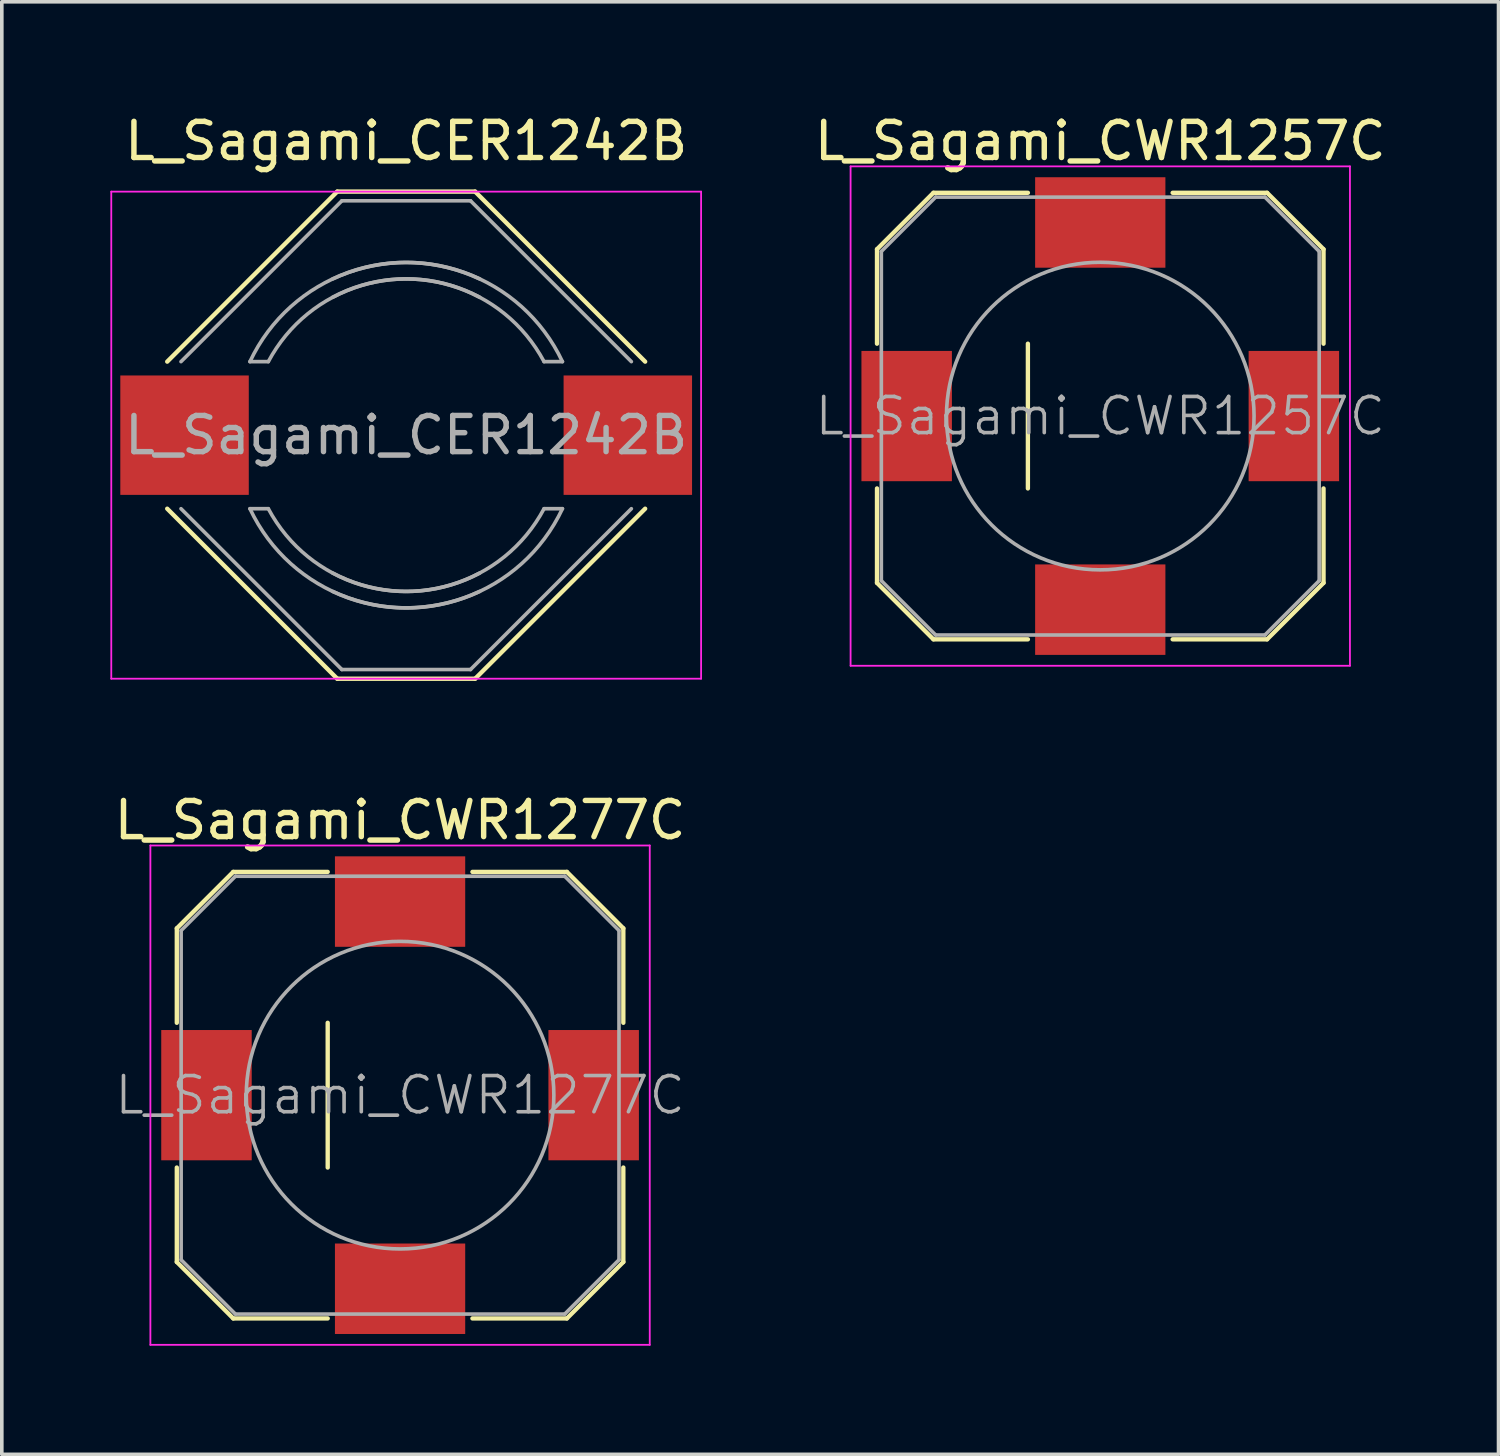
<source format=kicad_pcb>
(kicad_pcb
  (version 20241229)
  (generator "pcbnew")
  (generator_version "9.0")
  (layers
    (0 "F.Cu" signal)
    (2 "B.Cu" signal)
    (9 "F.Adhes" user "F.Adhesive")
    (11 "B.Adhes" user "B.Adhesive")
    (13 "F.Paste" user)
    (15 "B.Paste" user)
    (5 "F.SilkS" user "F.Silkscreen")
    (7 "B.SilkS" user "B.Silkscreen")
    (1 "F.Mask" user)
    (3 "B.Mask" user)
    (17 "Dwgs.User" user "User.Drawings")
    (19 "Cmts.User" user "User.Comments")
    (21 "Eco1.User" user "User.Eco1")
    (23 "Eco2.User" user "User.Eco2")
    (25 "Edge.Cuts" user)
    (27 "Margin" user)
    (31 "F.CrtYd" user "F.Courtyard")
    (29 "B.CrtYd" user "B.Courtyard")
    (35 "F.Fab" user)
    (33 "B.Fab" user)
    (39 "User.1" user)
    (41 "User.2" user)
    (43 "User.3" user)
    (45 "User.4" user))
  (footprint "L_Sagami_CER1242B"
    (layer "F.Cu")
    (at 8.175 8.976)
    (property "Reference" "L_Sagami_CER1242B" (at 0 -8.128 0) (layer "F.SilkS") (effects (font (size 1 1) (thickness 0.15))))
    (attr smd)
    (fp_line (start -6.604 -2.032) (end -1.905 -6.731) (stroke (width 0.12) (type solid)) (layer "F.SilkS"))
    (fp_line (start -6.604 2.032) (end -1.905 6.731) (stroke (width 0.12) (type solid)) (layer "F.SilkS"))
    (fp_line (start -1.905 -6.731) (end 1.905 -6.731) (stroke (width 0.12) (type solid)) (layer "F.SilkS"))
    (fp_line (start -1.905 6.731) (end 1.905 6.731) (stroke (width 0.12) (type solid)) (layer "F.SilkS"))
    (fp_line (start 1.905 -6.731) (end 6.604 -2.032) (stroke (width 0.12) (type solid)) (layer "F.SilkS"))
    (fp_line (start 1.905 6.731) (end 6.604 2.032) (stroke (width 0.12) (type solid)) (layer "F.SilkS"))
    (fp_line (start -8.15 -6.73) (end -8.15 6.73) (stroke (width 0.05) (type solid)) (layer "F.CrtYd"))
    (fp_line (start -8.15 -6.73) (end 8.15 -6.73) (stroke (width 0.05) (type solid)) (layer "F.CrtYd"))
    (fp_line (start -8.15 6.73) (end 8.15 6.73) (stroke (width 0.05) (type solid)) (layer "F.CrtYd"))
    (fp_line (start 8.15 -6.73) (end 8.15 6.73) (stroke (width 0.05) (type solid)) (layer "F.CrtYd"))
    (fp_line (start -6.223 -2.032) (end -1.778 -6.477) (stroke (width 0.1) (type solid)) (layer "F.Fab"))
    (fp_line (start -6.223 2.032) (end -1.778 6.477) (stroke (width 0.1) (type solid)) (layer "F.Fab"))
    (fp_line (start -3.81 -2.032) (end -4.318 -2.032) (stroke (width 0.1) (type solid)) (layer "F.Fab"))
    (fp_line (start -3.81 2.032) (end -4.318 2.032) (stroke (width 0.1) (type solid)) (layer "F.Fab"))
    (fp_line (start -1.778 6.477) (end 1.778 6.477) (stroke (width 0.1) (type solid)) (layer "F.Fab"))
    (fp_line (start 1.778 -6.477) (end -1.778 -6.477) (stroke (width 0.1) (type solid)) (layer "F.Fab"))
    (fp_line (start 1.778 6.477) (end 6.223 2.032) (stroke (width 0.1) (type solid)) (layer "F.Fab"))
    (fp_line (start 3.81 -2.032) (end 4.318 -2.032) (stroke (width 0.1) (type solid)) (layer "F.Fab"))
    (fp_line (start 3.81 2.032) (end 4.318 2.032) (stroke (width 0.1) (type solid)) (layer "F.Fab"))
    (fp_line (start 6.223 -2.032) (end 1.778 -6.477) (stroke (width 0.1) (type solid)) (layer "F.Fab"))
    (fp_arc (start -4.318 -2.032) (mid -1.616446 -4.490128) (end 2.032 -4.318) (stroke (width 0.1) (type solid)) (layer "F.Fab"))
    (fp_arc (start -3.81 -2.032) (mid -1.257236 -4.130918) (end 2.032 -3.81) (stroke (width 0.1) (type solid)) (layer "F.Fab"))
    (fp_arc (start -2.032 -4.318) (mid 1.616446 -4.490128) (end 4.318 -2.032) (stroke (width 0.1) (type solid)) (layer "F.Fab"))
    (fp_arc (start -2.032 -3.81) (mid 1.257236 -4.130918) (end 3.81 -2.032) (stroke (width 0.1) (type solid)) (layer "F.Fab"))
    (fp_arc (start 2.032 3.81) (mid -1.257236 4.130918) (end -3.81 2.032) (stroke (width 0.1) (type solid)) (layer "F.Fab"))
    (fp_arc (start 2.032 4.318) (mid -1.616446 4.490128) (end -4.318 2.032) (stroke (width 0.1) (type solid)) (layer "F.Fab"))
    (fp_arc (start 3.81 2.032) (mid 1.257236 4.130918) (end -2.032 3.81) (stroke (width 0.1) (type solid)) (layer "F.Fab"))
    (fp_arc (start 4.318 2.032) (mid 1.616446 4.490128) (end -2.032 4.318) (stroke (width 0.1) (type solid)) (layer "F.Fab"))
    (fp_text user "${REFERENCE}" (at 0 0 0) (layer "F.Fab") (effects (font (size 1 1) (thickness 0.15))))
    (pad "1" smd rect (at -6.125 0) (size 3.55 3.3) (layers "F.Cu" "F.Mask" "F.Paste"))
    (pad "2" smd rect (at 6.125 0) (size 3.55 3.3) (layers "F.Cu" "F.Mask" "F.Paste")))
  (footprint "L_Sagami_CWR1257C"
    (layer "F.Cu")
    (at 27.356 8.448)
    (property "Reference" "L_Sagami_CWR1257C" (at 0 -7.6 0) (layer "F.SilkS") (effects (font (size 1 1) (thickness 0.15))))
    (attr smd)
    (fp_line (start -6.17 -4.61) (end -6.17 -2) (stroke (width 0.12) (type solid)) (layer "F.SilkS"))
    (fp_line (start -6.17 2) (end -6.17 4.61) (stroke (width 0.12) (type solid)) (layer "F.SilkS"))
    (fp_line (start -4.61 -6.17) (end -6.17 -4.61) (stroke (width 0.12) (type solid)) (layer "F.SilkS"))
    (fp_line (start -4.61 -6.17) (end -2 -6.17) (stroke (width 0.12) (type solid)) (layer "F.SilkS"))
    (fp_line (start -4.61 6.17) (end -6.17 4.61) (stroke (width 0.12) (type solid)) (layer "F.SilkS"))
    (fp_line (start -4.61 6.17) (end -2 6.17) (stroke (width 0.12) (type solid)) (layer "F.SilkS"))
    (fp_line (start -2 -2) (end -2 2) (stroke (width 0.12) (type solid)) (layer "F.SilkS"))
    (fp_line (start 2 6.17) (end 4.61 6.17) (stroke (width 0.12) (type solid)) (layer "F.SilkS"))
    (fp_line (start 4.61 -6.17) (end 2 -6.17) (stroke (width 0.12) (type solid)) (layer "F.SilkS"))
    (fp_line (start 4.61 -6.17) (end 6.17 -4.61) (stroke (width 0.12) (type solid)) (layer "F.SilkS"))
    (fp_line (start 4.61 6.17) (end 6.17 4.61) (stroke (width 0.12) (type solid)) (layer "F.SilkS"))
    (fp_line (start 6.17 -2) (end 6.17 -4.61) (stroke (width 0.12) (type solid)) (layer "F.SilkS"))
    (fp_line (start 6.17 4.61) (end 6.17 2) (stroke (width 0.12) (type solid)) (layer "F.SilkS"))
    (fp_line (start -6.9 -6.9) (end -6.9 6.9) (stroke (width 0.05) (type solid)) (layer "F.CrtYd"))
    (fp_line (start -6.9 -6.9) (end 6.9 -6.9) (stroke (width 0.05) (type solid)) (layer "F.CrtYd"))
    (fp_line (start -6.9 6.9) (end 6.9 6.9) (stroke (width 0.05) (type solid)) (layer "F.CrtYd"))
    (fp_line (start 6.9 -6.9) (end 6.9 6.9) (stroke (width 0.05) (type solid)) (layer "F.CrtYd"))
    (fp_line (start -6.05 -4.55) (end -4.55 -6.05) (stroke (width 0.1) (type solid)) (layer "F.Fab"))
    (fp_line (start -6.05 4.55) (end -6.05 -4.55) (stroke (width 0.1) (type solid)) (layer "F.Fab"))
    (fp_line (start -6.05 4.55) (end -4.55 6.05) (stroke (width 0.1) (type solid)) (layer "F.Fab"))
    (fp_line (start -4.55 -6.05) (end 4.55 -6.05) (stroke (width 0.1) (type solid)) (layer "F.Fab"))
    (fp_line (start 4.55 -6.05) (end 6.05 -4.55) (stroke (width 0.1) (type solid)) (layer "F.Fab"))
    (fp_line (start 4.55 6.05) (end -4.55 6.05) (stroke (width 0.1) (type solid)) (layer "F.Fab"))
    (fp_line (start 4.55 6.05) (end 6.05 4.55) (stroke (width 0.1) (type solid)) (layer "F.Fab"))
    (fp_line (start 6.05 -4.55) (end 6.05 4.55) (stroke (width 0.1) (type solid)) (layer "F.Fab"))
    (fp_circle (center 0 0) (end 4.25 0) (stroke (width 0.1) (type solid)) (fill no) (layer "F.Fab"))
    (fp_text user "${REFERENCE}" (at 0 0 0) (layer "F.Fab") (effects (font (size 1 1) (thickness 0.1))))
    (pad "1" smd rect (at -5.35 0) (size 2.5 3.6) (layers "F.Cu" "F.Mask" "F.Paste"))
    (pad "1" smd rect (at 0 5.35) (size 3.6 2.5) (layers "F.Cu" "F.Mask" "F.Paste"))
    (pad "2" smd rect (at 0 -5.35) (size 3.6 2.5) (layers "F.Cu" "F.Mask" "F.Paste"))
    (pad "2" smd rect (at 5.35 0) (size 2.5 3.6) (layers "F.Cu" "F.Mask" "F.Paste")))
  (footprint "L_Sagami_CWR1277C"
    (layer "F.Cu")
    (at 8.006 27.215)
    (property "Reference" "L_Sagami_CWR1277C" (at 0 -7.6 0) (layer "F.SilkS") (effects (font (size 1 1) (thickness 0.15))))
    (attr smd)
    (fp_line (start -6.17 -4.61) (end -6.17 -2) (stroke (width 0.12) (type solid)) (layer "F.SilkS"))
    (fp_line (start -6.17 2) (end -6.17 4.61) (stroke (width 0.12) (type solid)) (layer "F.SilkS"))
    (fp_line (start -4.61 -6.17) (end -6.17 -4.61) (stroke (width 0.12) (type solid)) (layer "F.SilkS"))
    (fp_line (start -4.61 -6.17) (end -2 -6.17) (stroke (width 0.12) (type solid)) (layer "F.SilkS"))
    (fp_line (start -4.61 6.17) (end -6.17 4.61) (stroke (width 0.12) (type solid)) (layer "F.SilkS"))
    (fp_line (start -4.61 6.17) (end -2 6.17) (stroke (width 0.12) (type solid)) (layer "F.SilkS"))
    (fp_line (start -2 -2) (end -2 2) (stroke (width 0.12) (type solid)) (layer "F.SilkS"))
    (fp_line (start 2 6.17) (end 4.61 6.17) (stroke (width 0.12) (type solid)) (layer "F.SilkS"))
    (fp_line (start 4.61 -6.17) (end 2 -6.17) (stroke (width 0.12) (type solid)) (layer "F.SilkS"))
    (fp_line (start 4.61 -6.17) (end 6.17 -4.61) (stroke (width 0.12) (type solid)) (layer "F.SilkS"))
    (fp_line (start 4.61 6.17) (end 6.17 4.61) (stroke (width 0.12) (type solid)) (layer "F.SilkS"))
    (fp_line (start 6.17 -2) (end 6.17 -4.61) (stroke (width 0.12) (type solid)) (layer "F.SilkS"))
    (fp_line (start 6.17 4.61) (end 6.17 2) (stroke (width 0.12) (type solid)) (layer "F.SilkS"))
    (fp_line (start -6.9 -6.9) (end -6.9 6.9) (stroke (width 0.05) (type solid)) (layer "F.CrtYd"))
    (fp_line (start -6.9 -6.9) (end 6.9 -6.9) (stroke (width 0.05) (type solid)) (layer "F.CrtYd"))
    (fp_line (start -6.9 6.9) (end 6.9 6.9) (stroke (width 0.05) (type solid)) (layer "F.CrtYd"))
    (fp_line (start 6.9 -6.9) (end 6.9 6.9) (stroke (width 0.05) (type solid)) (layer "F.CrtYd"))
    (fp_line (start -6.05 -4.55) (end -4.55 -6.05) (stroke (width 0.1) (type solid)) (layer "F.Fab"))
    (fp_line (start -6.05 4.55) (end -6.05 -4.55) (stroke (width 0.1) (type solid)) (layer "F.Fab"))
    (fp_line (start -6.05 4.55) (end -4.55 6.05) (stroke (width 0.1) (type solid)) (layer "F.Fab"))
    (fp_line (start -4.55 -6.05) (end 4.55 -6.05) (stroke (width 0.1) (type solid)) (layer "F.Fab"))
    (fp_line (start 4.55 -6.05) (end 6.05 -4.55) (stroke (width 0.1) (type solid)) (layer "F.Fab"))
    (fp_line (start 4.55 6.05) (end -4.55 6.05) (stroke (width 0.1) (type solid)) (layer "F.Fab"))
    (fp_line (start 4.55 6.05) (end 6.05 4.55) (stroke (width 0.1) (type solid)) (layer "F.Fab"))
    (fp_line (start 6.05 -4.55) (end 6.05 4.55) (stroke (width 0.1) (type solid)) (layer "F.Fab"))
    (fp_circle (center 0 0) (end 4.25 0) (stroke (width 0.1) (type solid)) (fill no) (layer "F.Fab"))
    (fp_text user "${REFERENCE}" (at 0 0 0) (layer "F.Fab") (effects (font (size 1 1) (thickness 0.1))))
    (pad "1" smd rect (at -5.35 0) (size 2.5 3.6) (layers "F.Cu" "F.Mask" "F.Paste"))
    (pad "1" smd rect (at 0 5.35) (size 3.6 2.5) (layers "F.Cu" "F.Mask" "F.Paste"))
    (pad "2" smd rect (at 0 -5.35) (size 3.6 2.5) (layers "F.Cu" "F.Mask" "F.Paste"))
    (pad "2" smd rect (at 5.35 0) (size 2.5 3.6) (layers "F.Cu" "F.Mask" "F.Paste")))
  (gr_rect
    (start -3 -3)
    (end 38.362 37.141)
    (stroke (width 0.1) (type default))
    (fill no)
    (layer "Edge.Cuts")))
</source>
